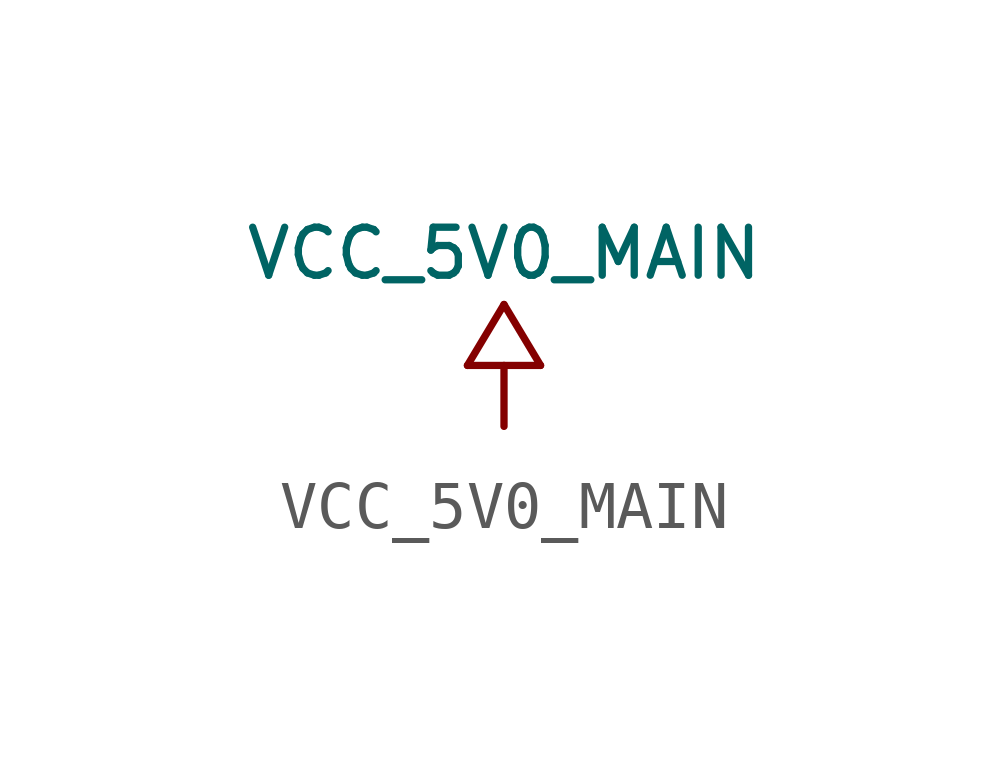
<source format=kicad_sym>
(kicad_symbol_lib
  (version 20241209)
  (generator "kicad_symbol_editor")
  (generator_version "9.0")
  (symbol "VCC_5V0_MAIN"
    (power)
    (pin_names
      (offset 0))
    (property "Reference" "#PWR?"
      (at 0 -3.81 0)
      (effects (font (size 1.27 1.27)) (hide yes)))
    (property "Value" "VCC_5V0_MAIN"
      (at 0 3.605 0)
      (effects (font (size 1 1))))
    (symbol "VCC_5V0_MAIN_0_1"
      (polyline (pts (xy -0.762 1.27) (xy 0 2.54)) (stroke (width 0) (type default)) (fill (type none)))
      (polyline (pts (xy 0 2.54) (xy 0.762 1.27)) (stroke (width 0) (type default)) (fill (type none)))
      (polyline (pts (xy 0 0) (xy 0 1.27)) (stroke (width 0) (type default)) (fill (type none)))
      (polyline (pts (xy 0.762 1.27) (xy -0.762 1.27)) (stroke (width 0) (type default)) (fill (type none))))
    (symbol "VCC_5V0_MAIN_1_1"
      (pin power_in line (at 0 0 90) (length 0) (hide yes) (name "VCC_5V0_MAIN" (effects (font (size 1.27 1.27)))) (number "1" (effects (font (size 1.27 1.27))))))))
</source>
